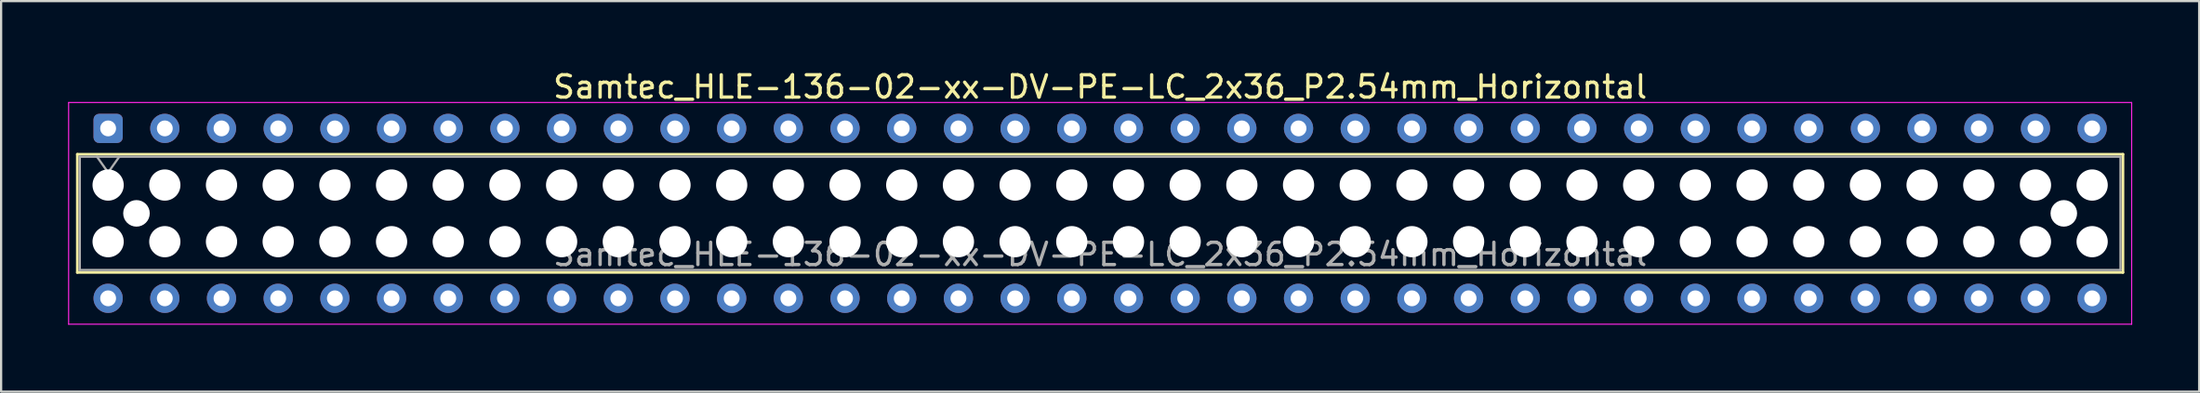
<source format=kicad_pcb>
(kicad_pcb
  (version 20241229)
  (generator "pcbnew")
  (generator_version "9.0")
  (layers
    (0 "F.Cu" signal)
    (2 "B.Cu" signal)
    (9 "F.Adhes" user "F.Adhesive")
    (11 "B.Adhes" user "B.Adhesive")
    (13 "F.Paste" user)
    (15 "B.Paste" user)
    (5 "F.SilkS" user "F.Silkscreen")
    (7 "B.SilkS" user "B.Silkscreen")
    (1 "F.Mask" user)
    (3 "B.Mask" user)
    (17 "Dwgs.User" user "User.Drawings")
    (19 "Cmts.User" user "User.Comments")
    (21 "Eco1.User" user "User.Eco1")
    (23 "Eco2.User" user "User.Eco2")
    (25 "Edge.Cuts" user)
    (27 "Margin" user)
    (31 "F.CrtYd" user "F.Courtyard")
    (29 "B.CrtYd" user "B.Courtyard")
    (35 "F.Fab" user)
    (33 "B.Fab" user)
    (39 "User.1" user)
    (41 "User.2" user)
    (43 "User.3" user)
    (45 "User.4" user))
  (footprint "Samtec_HLE-136-02-xx-DV-PE-LC_2x36_P2.54mm_Horizontal"
    (layer "F.Cu")
    (at 1.795 2.708)
    (property "Reference" "Samtec_HLE-136-02-xx-DV-PE-LC_2x36_P2.54mm_Horizontal" (at 44.45 -1.86 0) (layer "F.SilkS") (effects (font (size 1 1) (thickness 0.15))))
    (attr through_hole)
    (fp_line (start -1.38 1.16) (end 90.28 1.16) (stroke (width 0.12) (type solid)) (layer "F.SilkS"))
    (fp_line (start -1.38 6.46) (end -1.38 1.16) (stroke (width 0.12) (type solid)) (layer "F.SilkS"))
    (fp_line (start 90.28 1.16) (end 90.28 6.46) (stroke (width 0.12) (type solid)) (layer "F.SilkS"))
    (fp_line (start 90.28 6.46) (end -1.38 6.46) (stroke (width 0.12) (type solid)) (layer "F.SilkS"))
    (fp_line (start -1.77 -1.16) (end 90.67 -1.16) (stroke (width 0.05) (type solid)) (layer "F.CrtYd"))
    (fp_line (start -1.77 8.78) (end -1.77 -1.16) (stroke (width 0.05) (type solid)) (layer "F.CrtYd"))
    (fp_line (start 90.67 -1.16) (end 90.67 8.78) (stroke (width 0.05) (type solid)) (layer "F.CrtYd"))
    (fp_line (start 90.67 8.78) (end -1.77 8.78) (stroke (width 0.05) (type solid)) (layer "F.CrtYd"))
    (fp_line (start -1.27 1.27) (end 90.17 1.27) (stroke (width 0.1) (type solid)) (layer "F.Fab"))
    (fp_line (start -1.27 6.35) (end -1.27 1.27) (stroke (width 0.1) (type solid)) (layer "F.Fab"))
    (fp_line (start -0.5 1.27) (end 0 1.977) (stroke (width 0.1) (type solid)) (layer "F.Fab"))
    (fp_line (start 0 1.977) (end 0.5 1.27) (stroke (width 0.1) (type solid)) (layer "F.Fab"))
    (fp_line (start 90.17 1.27) (end 90.17 6.35) (stroke (width 0.1) (type solid)) (layer "F.Fab"))
    (fp_line (start 90.17 6.35) (end -1.27 6.35) (stroke (width 0.1) (type solid)) (layer "F.Fab"))
    (fp_text user "${REFERENCE}" (at 44.45 5.65 0) (layer "F.Fab") (effects (font (size 1 1) (thickness 0.15))))
    (pad "" np_thru_hole circle (at 0 2.54) (size 1.4 1.4) (drill 1.4) (layers "*.Cu" "*.Mask"))
    (pad "" np_thru_hole circle (at 0 5.08) (size 1.4 1.4) (drill 1.4) (layers "*.Cu" "*.Mask"))
    (pad "" np_thru_hole circle (at 1.27 3.81) (size 1.19 1.19) (drill 1.19) (layers "*.Cu" "*.Mask"))
    (pad "" np_thru_hole circle (at 2.54 2.54) (size 1.4 1.4) (drill 1.4) (layers "*.Cu" "*.Mask"))
    (pad "" np_thru_hole circle (at 2.54 5.08) (size 1.4 1.4) (drill 1.4) (layers "*.Cu" "*.Mask"))
    (pad "" np_thru_hole circle (at 5.08 2.54) (size 1.4 1.4) (drill 1.4) (layers "*.Cu" "*.Mask"))
    (pad "" np_thru_hole circle (at 5.08 5.08) (size 1.4 1.4) (drill 1.4) (layers "*.Cu" "*.Mask"))
    (pad "" np_thru_hole circle (at 7.62 2.54) (size 1.4 1.4) (drill 1.4) (layers "*.Cu" "*.Mask"))
    (pad "" np_thru_hole circle (at 7.62 5.08) (size 1.4 1.4) (drill 1.4) (layers "*.Cu" "*.Mask"))
    (pad "" np_thru_hole circle (at 10.16 2.54) (size 1.4 1.4) (drill 1.4) (layers "*.Cu" "*.Mask"))
    (pad "" np_thru_hole circle (at 10.16 5.08) (size 1.4 1.4) (drill 1.4) (layers "*.Cu" "*.Mask"))
    (pad "" np_thru_hole circle (at 12.7 2.54) (size 1.4 1.4) (drill 1.4) (layers "*.Cu" "*.Mask"))
    (pad "" np_thru_hole circle (at 12.7 5.08) (size 1.4 1.4) (drill 1.4) (layers "*.Cu" "*.Mask"))
    (pad "" np_thru_hole circle (at 15.24 2.54) (size 1.4 1.4) (drill 1.4) (layers "*.Cu" "*.Mask"))
    (pad "" np_thru_hole circle (at 15.24 5.08) (size 1.4 1.4) (drill 1.4) (layers "*.Cu" "*.Mask"))
    (pad "" np_thru_hole circle (at 17.78 2.54) (size 1.4 1.4) (drill 1.4) (layers "*.Cu" "*.Mask"))
    (pad "" np_thru_hole circle (at 17.78 5.08) (size 1.4 1.4) (drill 1.4) (layers "*.Cu" "*.Mask"))
    (pad "" np_thru_hole circle (at 20.32 2.54) (size 1.4 1.4) (drill 1.4) (layers "*.Cu" "*.Mask"))
    (pad "" np_thru_hole circle (at 20.32 5.08) (size 1.4 1.4) (drill 1.4) (layers "*.Cu" "*.Mask"))
    (pad "" np_thru_hole circle (at 22.86 2.54) (size 1.4 1.4) (drill 1.4) (layers "*.Cu" "*.Mask"))
    (pad "" np_thru_hole circle (at 22.86 5.08) (size 1.4 1.4) (drill 1.4) (layers "*.Cu" "*.Mask"))
    (pad "" np_thru_hole circle (at 25.4 2.54) (size 1.4 1.4) (drill 1.4) (layers "*.Cu" "*.Mask"))
    (pad "" np_thru_hole circle (at 25.4 5.08) (size 1.4 1.4) (drill 1.4) (layers "*.Cu" "*.Mask"))
    (pad "" np_thru_hole circle (at 27.94 2.54) (size 1.4 1.4) (drill 1.4) (layers "*.Cu" "*.Mask"))
    (pad "" np_thru_hole circle (at 27.94 5.08) (size 1.4 1.4) (drill 1.4) (layers "*.Cu" "*.Mask"))
    (pad "" np_thru_hole circle (at 30.48 2.54) (size 1.4 1.4) (drill 1.4) (layers "*.Cu" "*.Mask"))
    (pad "" np_thru_hole circle (at 30.48 5.08) (size 1.4 1.4) (drill 1.4) (layers "*.Cu" "*.Mask"))
    (pad "" np_thru_hole circle (at 33.02 2.54) (size 1.4 1.4) (drill 1.4) (layers "*.Cu" "*.Mask"))
    (pad "" np_thru_hole circle (at 33.02 5.08) (size 1.4 1.4) (drill 1.4) (layers "*.Cu" "*.Mask"))
    (pad "" np_thru_hole circle (at 35.56 2.54) (size 1.4 1.4) (drill 1.4) (layers "*.Cu" "*.Mask"))
    (pad "" np_thru_hole circle (at 35.56 5.08) (size 1.4 1.4) (drill 1.4) (layers "*.Cu" "*.Mask"))
    (pad "" np_thru_hole circle (at 38.1 2.54) (size 1.4 1.4) (drill 1.4) (layers "*.Cu" "*.Mask"))
    (pad "" np_thru_hole circle (at 38.1 5.08) (size 1.4 1.4) (drill 1.4) (layers "*.Cu" "*.Mask"))
    (pad "" np_thru_hole circle (at 40.64 2.54) (size 1.4 1.4) (drill 1.4) (layers "*.Cu" "*.Mask"))
    (pad "" np_thru_hole circle (at 40.64 5.08) (size 1.4 1.4) (drill 1.4) (layers "*.Cu" "*.Mask"))
    (pad "" np_thru_hole circle (at 43.18 2.54) (size 1.4 1.4) (drill 1.4) (layers "*.Cu" "*.Mask"))
    (pad "" np_thru_hole circle (at 43.18 5.08) (size 1.4 1.4) (drill 1.4) (layers "*.Cu" "*.Mask"))
    (pad "" np_thru_hole circle (at 45.72 2.54) (size 1.4 1.4) (drill 1.4) (layers "*.Cu" "*.Mask"))
    (pad "" np_thru_hole circle (at 45.72 5.08) (size 1.4 1.4) (drill 1.4) (layers "*.Cu" "*.Mask"))
    (pad "" np_thru_hole circle (at 48.26 2.54) (size 1.4 1.4) (drill 1.4) (layers "*.Cu" "*.Mask"))
    (pad "" np_thru_hole circle (at 48.26 5.08) (size 1.4 1.4) (drill 1.4) (layers "*.Cu" "*.Mask"))
    (pad "" np_thru_hole circle (at 50.8 2.54) (size 1.4 1.4) (drill 1.4) (layers "*.Cu" "*.Mask"))
    (pad "" np_thru_hole circle (at 50.8 5.08) (size 1.4 1.4) (drill 1.4) (layers "*.Cu" "*.Mask"))
    (pad "" np_thru_hole circle (at 53.34 2.54) (size 1.4 1.4) (drill 1.4) (layers "*.Cu" "*.Mask"))
    (pad "" np_thru_hole circle (at 53.34 5.08) (size 1.4 1.4) (drill 1.4) (layers "*.Cu" "*.Mask"))
    (pad "" np_thru_hole circle (at 55.88 2.54) (size 1.4 1.4) (drill 1.4) (layers "*.Cu" "*.Mask"))
    (pad "" np_thru_hole circle (at 55.88 5.08) (size 1.4 1.4) (drill 1.4) (layers "*.Cu" "*.Mask"))
    (pad "" np_thru_hole circle (at 58.42 2.54) (size 1.4 1.4) (drill 1.4) (layers "*.Cu" "*.Mask"))
    (pad "" np_thru_hole circle (at 58.42 5.08) (size 1.4 1.4) (drill 1.4) (layers "*.Cu" "*.Mask"))
    (pad "" np_thru_hole circle (at 60.96 2.54) (size 1.4 1.4) (drill 1.4) (layers "*.Cu" "*.Mask"))
    (pad "" np_thru_hole circle (at 60.96 5.08) (size 1.4 1.4) (drill 1.4) (layers "*.Cu" "*.Mask"))
    (pad "" np_thru_hole circle (at 63.5 2.54) (size 1.4 1.4) (drill 1.4) (layers "*.Cu" "*.Mask"))
    (pad "" np_thru_hole circle (at 63.5 5.08) (size 1.4 1.4) (drill 1.4) (layers "*.Cu" "*.Mask"))
    (pad "" np_thru_hole circle (at 66.04 2.54) (size 1.4 1.4) (drill 1.4) (layers "*.Cu" "*.Mask"))
    (pad "" np_thru_hole circle (at 66.04 5.08) (size 1.4 1.4) (drill 1.4) (layers "*.Cu" "*.Mask"))
    (pad "" np_thru_hole circle (at 68.58 2.54) (size 1.4 1.4) (drill 1.4) (layers "*.Cu" "*.Mask"))
    (pad "" np_thru_hole circle (at 68.58 5.08) (size 1.4 1.4) (drill 1.4) (layers "*.Cu" "*.Mask"))
    (pad "" np_thru_hole circle (at 71.12 2.54) (size 1.4 1.4) (drill 1.4) (layers "*.Cu" "*.Mask"))
    (pad "" np_thru_hole circle (at 71.12 5.08) (size 1.4 1.4) (drill 1.4) (layers "*.Cu" "*.Mask"))
    (pad "" np_thru_hole circle (at 73.66 2.54) (size 1.4 1.4) (drill 1.4) (layers "*.Cu" "*.Mask"))
    (pad "" np_thru_hole circle (at 73.66 5.08) (size 1.4 1.4) (drill 1.4) (layers "*.Cu" "*.Mask"))
    (pad "" np_thru_hole circle (at 76.2 2.54) (size 1.4 1.4) (drill 1.4) (layers "*.Cu" "*.Mask"))
    (pad "" np_thru_hole circle (at 76.2 5.08) (size 1.4 1.4) (drill 1.4) (layers "*.Cu" "*.Mask"))
    (pad "" np_thru_hole circle (at 78.74 2.54) (size 1.4 1.4) (drill 1.4) (layers "*.Cu" "*.Mask"))
    (pad "" np_thru_hole circle (at 78.74 5.08) (size 1.4 1.4) (drill 1.4) (layers "*.Cu" "*.Mask"))
    (pad "" np_thru_hole circle (at 81.28 2.54) (size 1.4 1.4) (drill 1.4) (layers "*.Cu" "*.Mask"))
    (pad "" np_thru_hole circle (at 81.28 5.08) (size 1.4 1.4) (drill 1.4) (layers "*.Cu" "*.Mask"))
    (pad "" np_thru_hole circle (at 83.82 2.54) (size 1.4 1.4) (drill 1.4) (layers "*.Cu" "*.Mask"))
    (pad "" np_thru_hole circle (at 83.82 5.08) (size 1.4 1.4) (drill 1.4) (layers "*.Cu" "*.Mask"))
    (pad "" np_thru_hole circle (at 86.36 2.54) (size 1.4 1.4) (drill 1.4) (layers "*.Cu" "*.Mask"))
    (pad "" np_thru_hole circle (at 86.36 5.08) (size 1.4 1.4) (drill 1.4) (layers "*.Cu" "*.Mask"))
    (pad "" np_thru_hole circle (at 87.63 3.81) (size 1.19 1.19) (drill 1.19) (layers "*.Cu" "*.Mask"))
    (pad "" np_thru_hole circle (at 88.9 2.54) (size 1.4 1.4) (drill 1.4) (layers "*.Cu" "*.Mask"))
    (pad "" np_thru_hole circle (at 88.9 5.08) (size 1.4 1.4) (drill 1.4) (layers "*.Cu" "*.Mask"))
    (pad "1" thru_hole roundrect (at 0 0) (size 1.31 1.31) (drill 0.71) (layers "*.Cu" "*.Mask") (roundrect_rratio 0.191))
    (pad "2" thru_hole circle (at 0 7.62) (size 1.31 1.31) (drill 0.71) (layers "*.Cu" "*.Mask"))
    (pad "3" thru_hole circle (at 2.54 0) (size 1.31 1.31) (drill 0.71) (layers "*.Cu" "*.Mask"))
    (pad "4" thru_hole circle (at 2.54 7.62) (size 1.31 1.31) (drill 0.71) (layers "*.Cu" "*.Mask"))
    (pad "5" thru_hole circle (at 5.08 0) (size 1.31 1.31) (drill 0.71) (layers "*.Cu" "*.Mask"))
    (pad "6" thru_hole circle (at 5.08 7.62) (size 1.31 1.31) (drill 0.71) (layers "*.Cu" "*.Mask"))
    (pad "7" thru_hole circle (at 7.62 0) (size 1.31 1.31) (drill 0.71) (layers "*.Cu" "*.Mask"))
    (pad "8" thru_hole circle (at 7.62 7.62) (size 1.31 1.31) (drill 0.71) (layers "*.Cu" "*.Mask"))
    (pad "9" thru_hole circle (at 10.16 0) (size 1.31 1.31) (drill 0.71) (layers "*.Cu" "*.Mask"))
    (pad "10" thru_hole circle (at 10.16 7.62) (size 1.31 1.31) (drill 0.71) (layers "*.Cu" "*.Mask"))
    (pad "11" thru_hole circle (at 12.7 0) (size 1.31 1.31) (drill 0.71) (layers "*.Cu" "*.Mask"))
    (pad "12" thru_hole circle (at 12.7 7.62) (size 1.31 1.31) (drill 0.71) (layers "*.Cu" "*.Mask"))
    (pad "13" thru_hole circle (at 15.24 0) (size 1.31 1.31) (drill 0.71) (layers "*.Cu" "*.Mask"))
    (pad "14" thru_hole circle (at 15.24 7.62) (size 1.31 1.31) (drill 0.71) (layers "*.Cu" "*.Mask"))
    (pad "15" thru_hole circle (at 17.78 0) (size 1.31 1.31) (drill 0.71) (layers "*.Cu" "*.Mask"))
    (pad "16" thru_hole circle (at 17.78 7.62) (size 1.31 1.31) (drill 0.71) (layers "*.Cu" "*.Mask"))
    (pad "17" thru_hole circle (at 20.32 0) (size 1.31 1.31) (drill 0.71) (layers "*.Cu" "*.Mask"))
    (pad "18" thru_hole circle (at 20.32 7.62) (size 1.31 1.31) (drill 0.71) (layers "*.Cu" "*.Mask"))
    (pad "19" thru_hole circle (at 22.86 0) (size 1.31 1.31) (drill 0.71) (layers "*.Cu" "*.Mask"))
    (pad "20" thru_hole circle (at 22.86 7.62) (size 1.31 1.31) (drill 0.71) (layers "*.Cu" "*.Mask"))
    (pad "21" thru_hole circle (at 25.4 0) (size 1.31 1.31) (drill 0.71) (layers "*.Cu" "*.Mask"))
    (pad "22" thru_hole circle (at 25.4 7.62) (size 1.31 1.31) (drill 0.71) (layers "*.Cu" "*.Mask"))
    (pad "23" thru_hole circle (at 27.94 0) (size 1.31 1.31) (drill 0.71) (layers "*.Cu" "*.Mask"))
    (pad "24" thru_hole circle (at 27.94 7.62) (size 1.31 1.31) (drill 0.71) (layers "*.Cu" "*.Mask"))
    (pad "25" thru_hole circle (at 30.48 0) (size 1.31 1.31) (drill 0.71) (layers "*.Cu" "*.Mask"))
    (pad "26" thru_hole circle (at 30.48 7.62) (size 1.31 1.31) (drill 0.71) (layers "*.Cu" "*.Mask"))
    (pad "27" thru_hole circle (at 33.02 0) (size 1.31 1.31) (drill 0.71) (layers "*.Cu" "*.Mask"))
    (pad "28" thru_hole circle (at 33.02 7.62) (size 1.31 1.31) (drill 0.71) (layers "*.Cu" "*.Mask"))
    (pad "29" thru_hole circle (at 35.56 0) (size 1.31 1.31) (drill 0.71) (layers "*.Cu" "*.Mask"))
    (pad "30" thru_hole circle (at 35.56 7.62) (size 1.31 1.31) (drill 0.71) (layers "*.Cu" "*.Mask"))
    (pad "31" thru_hole circle (at 38.1 0) (size 1.31 1.31) (drill 0.71) (layers "*.Cu" "*.Mask"))
    (pad "32" thru_hole circle (at 38.1 7.62) (size 1.31 1.31) (drill 0.71) (layers "*.Cu" "*.Mask"))
    (pad "33" thru_hole circle (at 40.64 0) (size 1.31 1.31) (drill 0.71) (layers "*.Cu" "*.Mask"))
    (pad "34" thru_hole circle (at 40.64 7.62) (size 1.31 1.31) (drill 0.71) (layers "*.Cu" "*.Mask"))
    (pad "35" thru_hole circle (at 43.18 0) (size 1.31 1.31) (drill 0.71) (layers "*.Cu" "*.Mask"))
    (pad "36" thru_hole circle (at 43.18 7.62) (size 1.31 1.31) (drill 0.71) (layers "*.Cu" "*.Mask"))
    (pad "37" thru_hole circle (at 45.72 0) (size 1.31 1.31) (drill 0.71) (layers "*.Cu" "*.Mask"))
    (pad "38" thru_hole circle (at 45.72 7.62) (size 1.31 1.31) (drill 0.71) (layers "*.Cu" "*.Mask"))
    (pad "39" thru_hole circle (at 48.26 0) (size 1.31 1.31) (drill 0.71) (layers "*.Cu" "*.Mask"))
    (pad "40" thru_hole circle (at 48.26 7.62) (size 1.31 1.31) (drill 0.71) (layers "*.Cu" "*.Mask"))
    (pad "41" thru_hole circle (at 50.8 0) (size 1.31 1.31) (drill 0.71) (layers "*.Cu" "*.Mask"))
    (pad "42" thru_hole circle (at 50.8 7.62) (size 1.31 1.31) (drill 0.71) (layers "*.Cu" "*.Mask"))
    (pad "43" thru_hole circle (at 53.34 0) (size 1.31 1.31) (drill 0.71) (layers "*.Cu" "*.Mask"))
    (pad "44" thru_hole circle (at 53.34 7.62) (size 1.31 1.31) (drill 0.71) (layers "*.Cu" "*.Mask"))
    (pad "45" thru_hole circle (at 55.88 0) (size 1.31 1.31) (drill 0.71) (layers "*.Cu" "*.Mask"))
    (pad "46" thru_hole circle (at 55.88 7.62) (size 1.31 1.31) (drill 0.71) (layers "*.Cu" "*.Mask"))
    (pad "47" thru_hole circle (at 58.42 0) (size 1.31 1.31) (drill 0.71) (layers "*.Cu" "*.Mask"))
    (pad "48" thru_hole circle (at 58.42 7.62) (size 1.31 1.31) (drill 0.71) (layers "*.Cu" "*.Mask"))
    (pad "49" thru_hole circle (at 60.96 0) (size 1.31 1.31) (drill 0.71) (layers "*.Cu" "*.Mask"))
    (pad "50" thru_hole circle (at 60.96 7.62) (size 1.31 1.31) (drill 0.71) (layers "*.Cu" "*.Mask"))
    (pad "51" thru_hole circle (at 63.5 0) (size 1.31 1.31) (drill 0.71) (layers "*.Cu" "*.Mask"))
    (pad "52" thru_hole circle (at 63.5 7.62) (size 1.31 1.31) (drill 0.71) (layers "*.Cu" "*.Mask"))
    (pad "53" thru_hole circle (at 66.04 0) (size 1.31 1.31) (drill 0.71) (layers "*.Cu" "*.Mask"))
    (pad "54" thru_hole circle (at 66.04 7.62) (size 1.31 1.31) (drill 0.71) (layers "*.Cu" "*.Mask"))
    (pad "55" thru_hole circle (at 68.58 0) (size 1.31 1.31) (drill 0.71) (layers "*.Cu" "*.Mask"))
    (pad "56" thru_hole circle (at 68.58 7.62) (size 1.31 1.31) (drill 0.71) (layers "*.Cu" "*.Mask"))
    (pad "57" thru_hole circle (at 71.12 0) (size 1.31 1.31) (drill 0.71) (layers "*.Cu" "*.Mask"))
    (pad "58" thru_hole circle (at 71.12 7.62) (size 1.31 1.31) (drill 0.71) (layers "*.Cu" "*.Mask"))
    (pad "59" thru_hole circle (at 73.66 0) (size 1.31 1.31) (drill 0.71) (layers "*.Cu" "*.Mask"))
    (pad "60" thru_hole circle (at 73.66 7.62) (size 1.31 1.31) (drill 0.71) (layers "*.Cu" "*.Mask"))
    (pad "61" thru_hole circle (at 76.2 0) (size 1.31 1.31) (drill 0.71) (layers "*.Cu" "*.Mask"))
    (pad "62" thru_hole circle (at 76.2 7.62) (size 1.31 1.31) (drill 0.71) (layers "*.Cu" "*.Mask"))
    (pad "63" thru_hole circle (at 78.74 0) (size 1.31 1.31) (drill 0.71) (layers "*.Cu" "*.Mask"))
    (pad "64" thru_hole circle (at 78.74 7.62) (size 1.31 1.31) (drill 0.71) (layers "*.Cu" "*.Mask"))
    (pad "65" thru_hole circle (at 81.28 0) (size 1.31 1.31) (drill 0.71) (layers "*.Cu" "*.Mask"))
    (pad "66" thru_hole circle (at 81.28 7.62) (size 1.31 1.31) (drill 0.71) (layers "*.Cu" "*.Mask"))
    (pad "67" thru_hole circle (at 83.82 0) (size 1.31 1.31) (drill 0.71) (layers "*.Cu" "*.Mask"))
    (pad "68" thru_hole circle (at 83.82 7.62) (size 1.31 1.31) (drill 0.71) (layers "*.Cu" "*.Mask"))
    (pad "69" thru_hole circle (at 86.36 0) (size 1.31 1.31) (drill 0.71) (layers "*.Cu" "*.Mask"))
    (pad "70" thru_hole circle (at 86.36 7.62) (size 1.31 1.31) (drill 0.71) (layers "*.Cu" "*.Mask"))
    (pad "71" thru_hole circle (at 88.9 0) (size 1.31 1.31) (drill 0.71) (layers "*.Cu" "*.Mask"))
    (pad "72" thru_hole circle (at 88.9 7.62) (size 1.31 1.31) (drill 0.71) (layers "*.Cu" "*.Mask")))
  (gr_rect
    (start -3 -3)
    (end 95.49 14.513)
    (stroke (width 0.1) (type default))
    (fill no)
    (layer "Edge.Cuts")))
</source>
